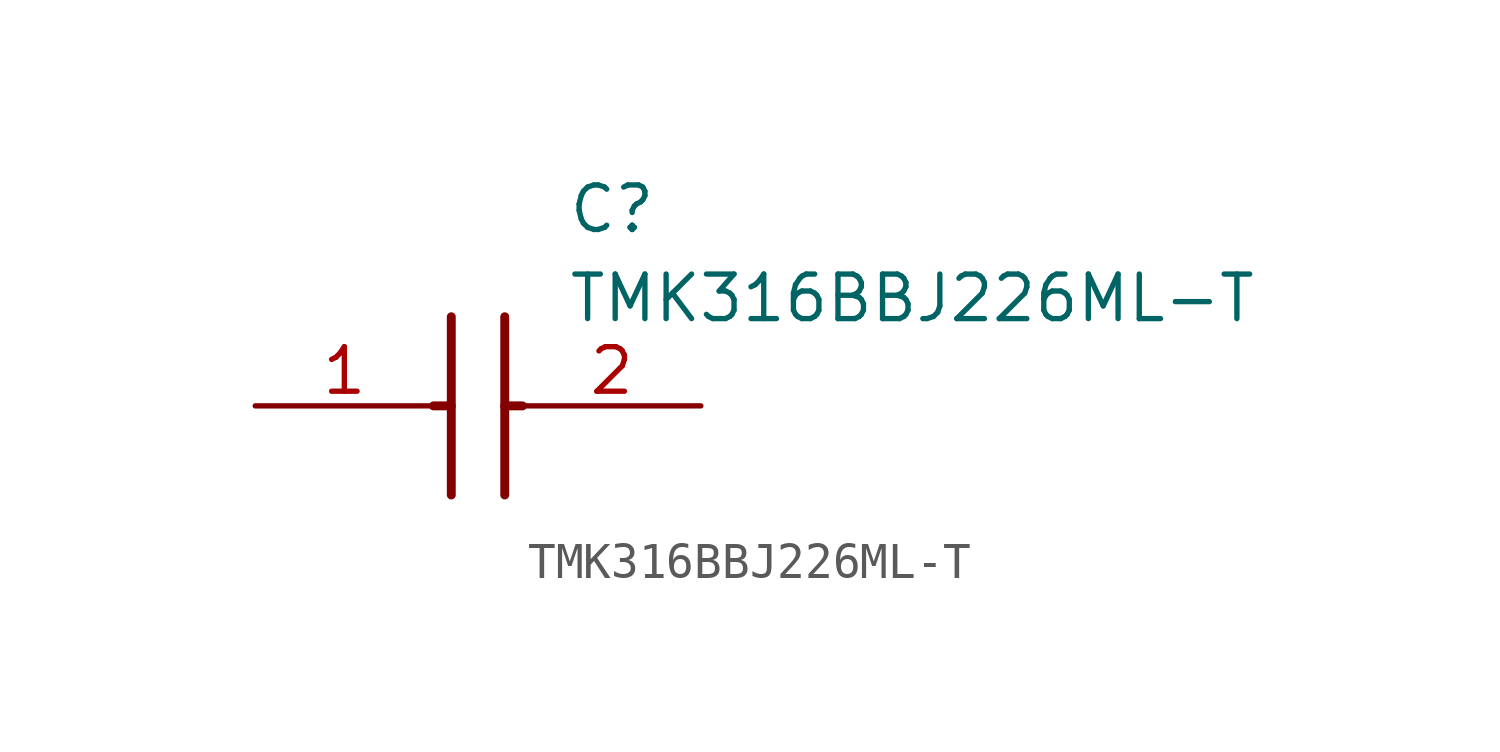
<source format=kicad_sym>
(kicad_symbol_lib
  (version 20211014)
  (generator SamacSys_ECAD_Model)
  (symbol "TMK316BBJ226ML-T"
    (pin_names hide)
    (property "Reference" "C"
      (at 8.89 6.35 0)
      (effects (font (size 1.27 1.27)) (justify left top)))
    (property "Value" "TMK316BBJ226ML-T"
      (at 8.89 3.81 0)
      (effects (font (size 1.27 1.27)) (justify left top)))
    (polyline
      (pts (xy 5.588 2.54) (xy 5.588 -2.54))
      (stroke (width 0.254) (type default))
      (fill (type none)))
    (polyline
      (pts (xy 7.112 2.54) (xy 7.112 -2.54))
      (stroke (width 0.254) (type default))
      (fill (type none)))
    (polyline
      (pts (xy 5.08 0) (xy 5.588 0))
      (stroke (width 0.254) (type default))
      (fill (type none)))
    (polyline
      (pts (xy 7.112 0) (xy 7.62 0))
      (stroke (width 0.254) (type default))
      (fill (type none)))
    (pin passive line
      (at 0 0 0)
      (length 5.08)
      (name "1" (effects (font (size 1.27 1.27))))
      (number "1" (effects (font (size 1.27 1.27)))))
    (pin passive line
      (at 12.7 0 180)
      (length 5.08)
      (name "2" (effects (font (size 1.27 1.27))))
      (number "2" (effects (font (size 1.27 1.27)))))))
</source>
